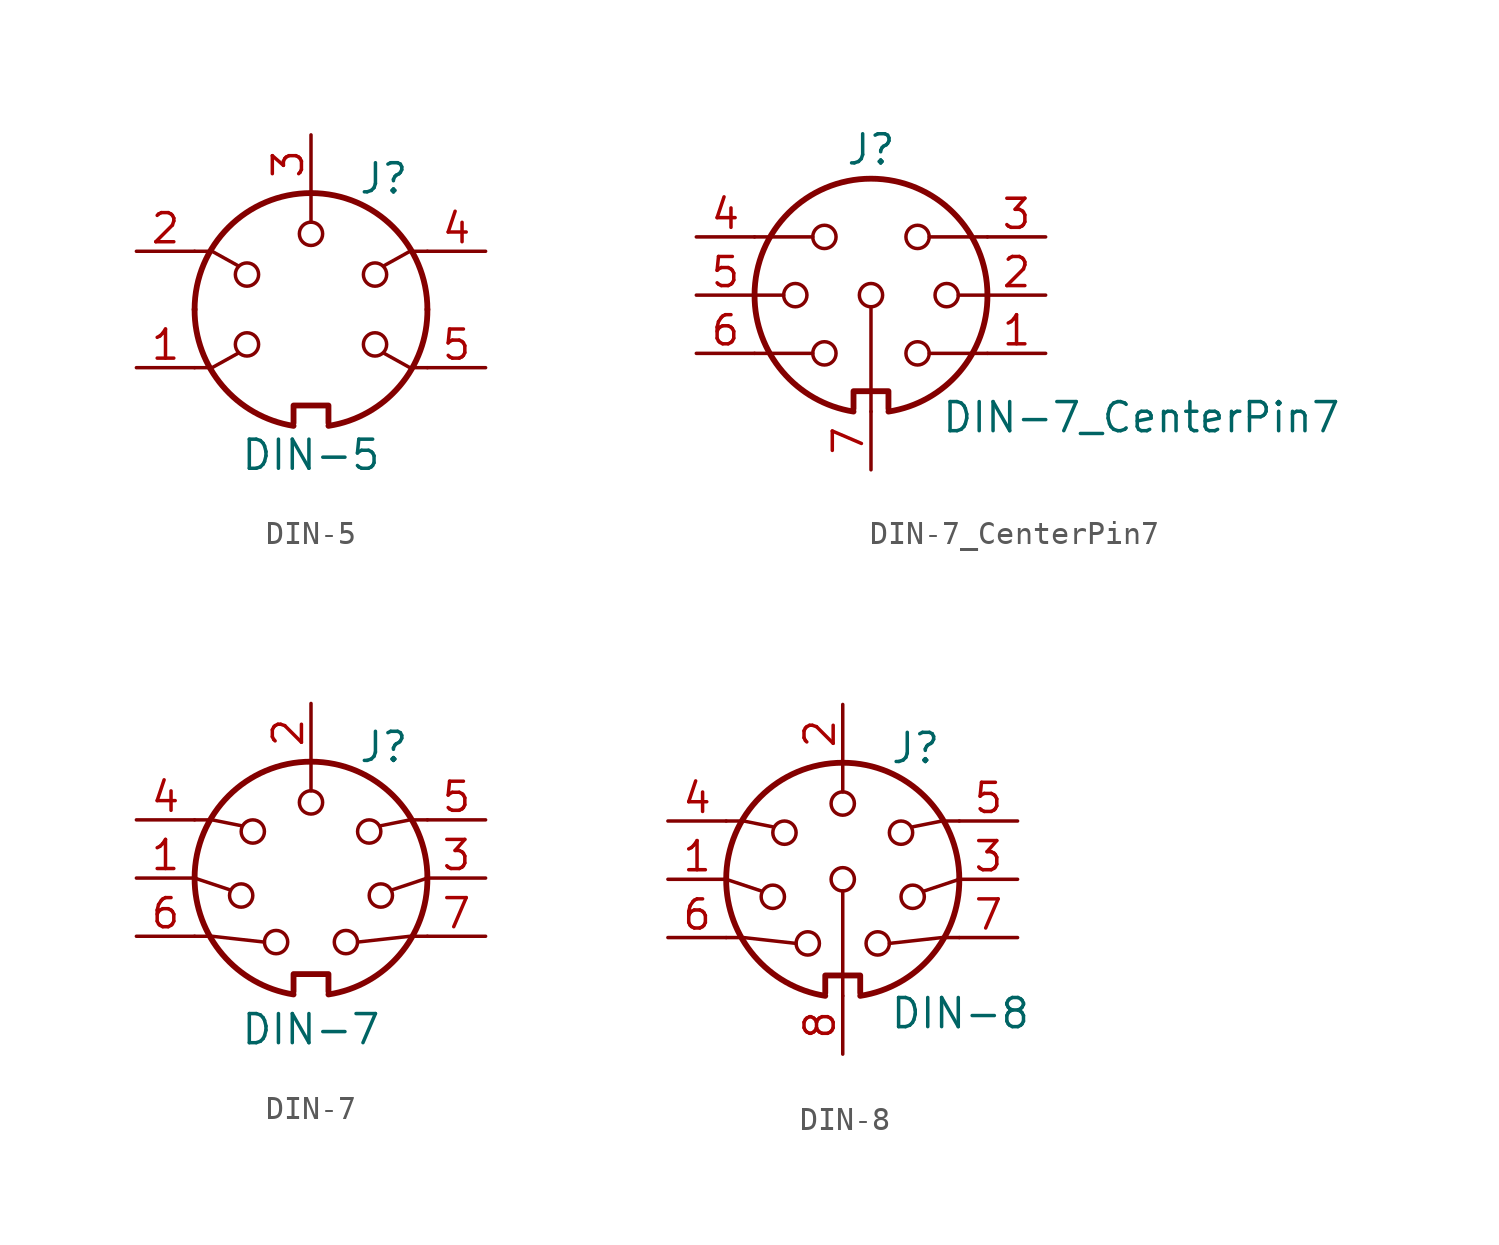
<source format=kicad_sym>
(kicad_symbol_lib
  (version 20211014)
  (generator kicad_symbol_editor)
  (symbol "DIN-5"
    (pin_names
      (offset 1.016))
    (property "Reference" "J"
      (at 3.175 5.715 0)
      (effects (font (size 1.27 1.27))))
    (property "Value" "DIN-5"
      (at 0 -6.35 0)
      (effects (font (size 1.27 1.27))))
    (symbol "DIN-5_0_1"
      (arc (start -5.08 0) (mid -3.8597 -3.3379) (end -0.762 -5.08) (stroke (width 0.254) (type default) (color 0 0 0 0)) (fill (type none)))
      (circle (center -2.794 -1.524) (radius 0.508) (stroke (width 0) (type default) (color 0 0 0 0)) (fill (type none)))
      (circle (center -2.794 1.524) (radius 0.508) (stroke (width 0) (type default) (color 0 0 0 0)) (fill (type none)))
      (polyline (pts (xy 0 5.08) (xy 0 3.81)) (stroke (width 0) (type default) (color 0 0 0 0)) (fill (type none)))
      (polyline (pts (xy -5.08 -2.54) (xy -4.318 -2.54) (xy -3.175 -1.905)) (stroke (width 0) (type default) (color 0 0 0 0)) (fill (type none)))
      (polyline (pts (xy -5.08 2.54) (xy -4.318 2.54) (xy -3.175 1.905)) (stroke (width 0) (type default) (color 0 0 0 0)) (fill (type none)))
      (polyline (pts (xy 5.08 -2.54) (xy 4.318 -2.54) (xy 3.175 -1.905)) (stroke (width 0) (type default) (color 0 0 0 0)) (fill (type none)))
      (polyline (pts (xy 5.08 2.54) (xy 4.318 2.54) (xy 3.175 1.905)) (stroke (width 0) (type default) (color 0 0 0 0)) (fill (type none)))
      (polyline (pts (xy -0.762 -4.953) (xy -0.762 -4.191) (xy 0.762 -4.191) (xy 0.762 -4.953)) (stroke (width 0.254) (type default) (color 0 0 0 0)) (fill (type none)))
      (circle (center 0 3.302) (radius 0.508) (stroke (width 0) (type default) (color 0 0 0 0)) (fill (type none)))
      (arc (start 0.762 -5.08) (mid 3.8673 -3.3444) (end 5.08 0) (stroke (width 0.254) (type default) (color 0 0 0 0)) (fill (type none)))
      (circle (center 2.794 -1.524) (radius 0.508) (stroke (width 0) (type default) (color 0 0 0 0)) (fill (type none)))
      (circle (center 2.794 1.524) (radius 0.508) (stroke (width 0) (type default) (color 0 0 0 0)) (fill (type none)))
      (arc (start 5.08 0) (mid 0 5.08) (end -5.08 0) (stroke (width 0.254) (type default) (color 0 0 0 0)) (fill (type none))))
    (symbol "DIN-5_1_1"
      (pin passive line (at -7.62 -2.54 0) (length 2.54) (name "~" (effects (font (size 1.27 1.27)))) (number "1" (effects (font (size 1.27 1.27)))))
      (pin passive line (at -7.62 2.54 0) (length 2.54) (name "~" (effects (font (size 1.27 1.27)))) (number "2" (effects (font (size 1.27 1.27)))))
      (pin passive line (at 0 7.62 270) (length 2.54) (name "~" (effects (font (size 1.27 1.27)))) (number "3" (effects (font (size 1.27 1.27)))))
      (pin passive line (at 7.62 2.54 180) (length 2.54) (name "~" (effects (font (size 1.27 1.27)))) (number "4" (effects (font (size 1.27 1.27)))))
      (pin passive line (at 7.62 -2.54 180) (length 2.54) (name "~" (effects (font (size 1.27 1.27)))) (number "5" (effects (font (size 1.27 1.27)))))))
  (symbol "DIN-7_CenterPin7"
    (pin_names
      (offset 1.016))
    (property "Reference" "J"
      (at 0 6.35 0)
      (effects (font (size 1.27 1.27))))
    (property "Value" "DIN-7_CenterPin7"
      (at 3.048 -5.334 0)
      (effects (font (size 1.27 1.27)) (justify left)))
    (symbol "DIN-7_CenterPin7_0_1"
      (arc (start -5.08 0) (mid -3.8597 -3.3379) (end -0.762 -5.08) (stroke (width 0.254) (type default) (color 0 0 0 0)) (fill (type none)))
      (circle (center -3.302 0) (radius 0.508) (stroke (width 0) (type default) (color 0 0 0 0)) (fill (type none)))
      (circle (center -2.032 -2.54) (radius 0.508) (stroke (width 0) (type default) (color 0 0 0 0)) (fill (type none)))
      (circle (center -2.032 2.54) (radius 0.508) (stroke (width 0) (type default) (color 0 0 0 0)) (fill (type none)))
      (polyline (pts (xy -5.08 0) (xy -3.81 0)) (stroke (width 0) (type default) (color 0 0 0 0)) (fill (type none)))
      (polyline (pts (xy 0 -0.508) (xy 0 -5.08)) (stroke (width 0) (type default) (color 0 0 0 0)) (fill (type none)))
      (polyline (pts (xy 5.08 0) (xy 3.81 0)) (stroke (width 0) (type default) (color 0 0 0 0)) (fill (type none)))
      (polyline (pts (xy -5.08 -2.54) (xy -4.318 -2.54) (xy -2.54 -2.54)) (stroke (width 0) (type default) (color 0 0 0 0)) (fill (type none)))
      (polyline (pts (xy -5.08 2.54) (xy -4.318 2.54) (xy -2.54 2.54)) (stroke (width 0) (type default) (color 0 0 0 0)) (fill (type none)))
      (polyline (pts (xy 5.08 -2.54) (xy 4.318 -2.54) (xy 2.54 -2.54)) (stroke (width 0) (type default) (color 0 0 0 0)) (fill (type none)))
      (polyline (pts (xy 5.08 2.54) (xy 4.318 2.54) (xy 2.54 2.54)) (stroke (width 0) (type default) (color 0 0 0 0)) (fill (type none)))
      (polyline (pts (xy -0.762 -4.953) (xy -0.762 -4.191) (xy 0.762 -4.191) (xy 0.762 -4.953)) (stroke (width 0.254) (type default) (color 0 0 0 0)) (fill (type none)))
      (circle (center 0 0) (radius 0.508) (stroke (width 0) (type default) (color 0 0 0 0)) (fill (type none)))
      (arc (start 0.762 -5.08) (mid 3.8673 -3.3444) (end 5.08 0) (stroke (width 0.254) (type default) (color 0 0 0 0)) (fill (type none)))
      (circle (center 2.032 -2.54) (radius 0.508) (stroke (width 0) (type default) (color 0 0 0 0)) (fill (type none)))
      (circle (center 2.032 2.54) (radius 0.508) (stroke (width 0) (type default) (color 0 0 0 0)) (fill (type none)))
      (circle (center 3.302 0) (radius 0.508) (stroke (width 0) (type default) (color 0 0 0 0)) (fill (type none)))
      (arc (start 5.08 0) (mid 0 5.08) (end -5.08 0) (stroke (width 0.254) (type default) (color 0 0 0 0)) (fill (type none))))
    (symbol "DIN-7_CenterPin7_1_1"
      (pin passive line (at 7.62 -2.54 180) (length 2.54) (name "~" (effects (font (size 1.27 1.27)))) (number "1" (effects (font (size 1.27 1.27)))))
      (pin passive line (at 7.62 0 180) (length 2.54) (name "~" (effects (font (size 1.27 1.27)))) (number "2" (effects (font (size 1.27 1.27)))))
      (pin passive line (at 7.62 2.54 180) (length 2.54) (name "~" (effects (font (size 1.27 1.27)))) (number "3" (effects (font (size 1.27 1.27)))))
      (pin passive line (at -7.62 2.54 0) (length 2.54) (name "~" (effects (font (size 1.27 1.27)))) (number "4" (effects (font (size 1.27 1.27)))))
      (pin passive line (at -7.62 0 0) (length 2.54) (name "~" (effects (font (size 1.27 1.27)))) (number "5" (effects (font (size 1.27 1.27)))))
      (pin passive line (at -7.62 -2.54 0) (length 2.54) (name "~" (effects (font (size 1.27 1.27)))) (number "6" (effects (font (size 1.27 1.27)))))
      (pin passive line (at 0 -7.62 90) (length 2.54) (name "~" (effects (font (size 1.27 1.27)))) (number "7" (effects (font (size 1.27 1.27)))))))
  (symbol "DIN-7"
    (pin_names
      (offset 1.016))
    (property "Reference" "J"
      (at 3.175 5.715 0)
      (effects (font (size 1.27 1.27))))
    (property "Value" "DIN-7"
      (at 0 -6.604 0)
      (effects (font (size 1.27 1.27))))
    (symbol "DIN-7_0_1"
      (arc (start -5.08 0) (mid -3.8597 -3.3379) (end -0.762 -5.08) (stroke (width 0.254) (type default) (color 0 0 0 0)) (fill (type none)))
      (circle (center -3.048 -0.762) (radius 0.508) (stroke (width 0) (type default) (color 0 0 0 0)) (fill (type none)))
      (circle (center -2.54 2.032) (radius 0.508) (stroke (width 0) (type default) (color 0 0 0 0)) (fill (type none)))
      (circle (center -1.524 -2.794) (radius 0.508) (stroke (width 0) (type default) (color 0 0 0 0)) (fill (type none)))
      (polyline (pts (xy -5.08 0) (xy -3.556 -0.508)) (stroke (width 0) (type default) (color 0 0 0 0)) (fill (type none)))
      (polyline (pts (xy 0 5.08) (xy 0 3.81)) (stroke (width 0) (type default) (color 0 0 0 0)) (fill (type none)))
      (polyline (pts (xy 5.08 0) (xy 3.556 -0.508)) (stroke (width 0) (type default) (color 0 0 0 0)) (fill (type none)))
      (polyline (pts (xy -5.08 -2.54) (xy -4.318 -2.54) (xy -2.032 -2.794)) (stroke (width 0) (type default) (color 0 0 0 0)) (fill (type none)))
      (polyline (pts (xy -5.08 2.54) (xy -4.318 2.54) (xy -3.048 2.286)) (stroke (width 0) (type default) (color 0 0 0 0)) (fill (type none)))
      (polyline (pts (xy 5.08 -2.54) (xy 4.318 -2.54) (xy 2.032 -2.794)) (stroke (width 0) (type default) (color 0 0 0 0)) (fill (type none)))
      (polyline (pts (xy 5.08 2.54) (xy 4.318 2.54) (xy 3.048 2.286)) (stroke (width 0) (type default) (color 0 0 0 0)) (fill (type none)))
      (polyline (pts (xy -0.762 -4.953) (xy -0.762 -4.191) (xy 0.762 -4.191) (xy 0.762 -4.953)) (stroke (width 0.254) (type default) (color 0 0 0 0)) (fill (type none)))
      (circle (center 0 3.302) (radius 0.508) (stroke (width 0) (type default) (color 0 0 0 0)) (fill (type none)))
      (arc (start 0.762 -5.08) (mid 3.8673 -3.3444) (end 5.08 0) (stroke (width 0.254) (type default) (color 0 0 0 0)) (fill (type none)))
      (circle (center 1.524 -2.794) (radius 0.508) (stroke (width 0) (type default) (color 0 0 0 0)) (fill (type none)))
      (circle (center 2.54 2.032) (radius 0.508) (stroke (width 0) (type default) (color 0 0 0 0)) (fill (type none)))
      (circle (center 3.048 -0.762) (radius 0.508) (stroke (width 0) (type default) (color 0 0 0 0)) (fill (type none)))
      (arc (start 5.08 0) (mid 0 5.08) (end -5.08 0) (stroke (width 0.254) (type default) (color 0 0 0 0)) (fill (type none))))
    (symbol "DIN-7_1_1"
      (pin passive line (at -7.62 0 0) (length 2.54) (name "~" (effects (font (size 1.27 1.27)))) (number "1" (effects (font (size 1.27 1.27)))))
      (pin passive line (at 0 7.62 270) (length 2.54) (name "~" (effects (font (size 1.27 1.27)))) (number "2" (effects (font (size 1.27 1.27)))))
      (pin passive line (at 7.62 0 180) (length 2.54) (name "~" (effects (font (size 1.27 1.27)))) (number "3" (effects (font (size 1.27 1.27)))))
      (pin passive line (at -7.62 2.54 0) (length 2.54) (name "~" (effects (font (size 1.27 1.27)))) (number "4" (effects (font (size 1.27 1.27)))))
      (pin passive line (at 7.62 2.54 180) (length 2.54) (name "~" (effects (font (size 1.27 1.27)))) (number "5" (effects (font (size 1.27 1.27)))))
      (pin passive line (at -7.62 -2.54 0) (length 2.54) (name "~" (effects (font (size 1.27 1.27)))) (number "6" (effects (font (size 1.27 1.27)))))
      (pin passive line (at 7.62 -2.54 180) (length 2.54) (name "~" (effects (font (size 1.27 1.27)))) (number "7" (effects (font (size 1.27 1.27)))))))
  (symbol "DIN-8"
    (pin_names
      (offset 1.016))
    (property "Reference" "J"
      (at 3.175 5.715 0)
      (effects (font (size 1.27 1.27))))
    (property "Value" "DIN-8"
      (at 2.032 -5.842 0)
      (effects (font (size 1.27 1.27)) (justify left)))
    (symbol "DIN-8_0_1"
      (arc (start -5.08 0) (mid -3.8597 -3.3379) (end -0.762 -5.08) (stroke (width 0.254) (type default) (color 0 0 0 0)) (fill (type none)))
      (circle (center -3.048 -0.762) (radius 0.508) (stroke (width 0) (type default) (color 0 0 0 0)) (fill (type none)))
      (circle (center -2.54 2.032) (radius 0.508) (stroke (width 0) (type default) (color 0 0 0 0)) (fill (type none)))
      (circle (center -1.524 -2.794) (radius 0.508) (stroke (width 0) (type default) (color 0 0 0 0)) (fill (type none)))
      (polyline (pts (xy -5.08 0) (xy -3.556 -0.508)) (stroke (width 0) (type default) (color 0 0 0 0)) (fill (type none)))
      (polyline (pts (xy 0 -0.508) (xy 0 -5.08)) (stroke (width 0) (type default) (color 0 0 0 0)) (fill (type none)))
      (polyline (pts (xy 0 5.08) (xy 0 3.81)) (stroke (width 0) (type default) (color 0 0 0 0)) (fill (type none)))
      (polyline (pts (xy 5.08 0) (xy 3.556 -0.508)) (stroke (width 0) (type default) (color 0 0 0 0)) (fill (type none)))
      (polyline (pts (xy -5.08 -2.54) (xy -4.318 -2.54) (xy -2.032 -2.794)) (stroke (width 0) (type default) (color 0 0 0 0)) (fill (type none)))
      (polyline (pts (xy -5.08 2.54) (xy -4.318 2.54) (xy -3.048 2.286)) (stroke (width 0) (type default) (color 0 0 0 0)) (fill (type none)))
      (polyline (pts (xy 5.08 -2.54) (xy 4.318 -2.54) (xy 2.032 -2.794)) (stroke (width 0) (type default) (color 0 0 0 0)) (fill (type none)))
      (polyline (pts (xy 5.08 2.54) (xy 4.318 2.54) (xy 3.048 2.286)) (stroke (width 0) (type default) (color 0 0 0 0)) (fill (type none)))
      (polyline (pts (xy -0.762 -4.953) (xy -0.762 -4.191) (xy 0.762 -4.191) (xy 0.762 -4.953)) (stroke (width 0.254) (type default) (color 0 0 0 0)) (fill (type none)))
      (circle (center 0 0) (radius 0.508) (stroke (width 0) (type default) (color 0 0 0 0)) (fill (type none)))
      (circle (center 0 3.302) (radius 0.508) (stroke (width 0) (type default) (color 0 0 0 0)) (fill (type none)))
      (arc (start 0.762 -5.08) (mid 3.8673 -3.3444) (end 5.08 0) (stroke (width 0.254) (type default) (color 0 0 0 0)) (fill (type none)))
      (circle (center 1.524 -2.794) (radius 0.508) (stroke (width 0) (type default) (color 0 0 0 0)) (fill (type none)))
      (circle (center 2.54 2.032) (radius 0.508) (stroke (width 0) (type default) (color 0 0 0 0)) (fill (type none)))
      (circle (center 3.048 -0.762) (radius 0.508) (stroke (width 0) (type default) (color 0 0 0 0)) (fill (type none)))
      (arc (start 5.08 0) (mid 0 5.08) (end -5.08 0) (stroke (width 0.254) (type default) (color 0 0 0 0)) (fill (type none))))
    (symbol "DIN-8_1_1"
      (pin passive line (at -7.62 0 0) (length 2.54) (name "~" (effects (font (size 1.27 1.27)))) (number "1" (effects (font (size 1.27 1.27)))))
      (pin passive line (at 0 7.62 270) (length 2.54) (name "~" (effects (font (size 1.27 1.27)))) (number "2" (effects (font (size 1.27 1.27)))))
      (pin passive line (at 7.62 0 180) (length 2.54) (name "~" (effects (font (size 1.27 1.27)))) (number "3" (effects (font (size 1.27 1.27)))))
      (pin passive line (at -7.62 2.54 0) (length 2.54) (name "~" (effects (font (size 1.27 1.27)))) (number "4" (effects (font (size 1.27 1.27)))))
      (pin passive line (at 7.62 2.54 180) (length 2.54) (name "~" (effects (font (size 1.27 1.27)))) (number "5" (effects (font (size 1.27 1.27)))))
      (pin passive line (at -7.62 -2.54 0) (length 2.54) (name "~" (effects (font (size 1.27 1.27)))) (number "6" (effects (font (size 1.27 1.27)))))
      (pin passive line (at 7.62 -2.54 180) (length 2.54) (name "~" (effects (font (size 1.27 1.27)))) (number "7" (effects (font (size 1.27 1.27)))))
      (pin passive line (at 0 -7.62 90) (length 2.54) (name "~" (effects (font (size 1.27 1.27)))) (number "8" (effects (font (size 1.27 1.27))))))))
</source>
